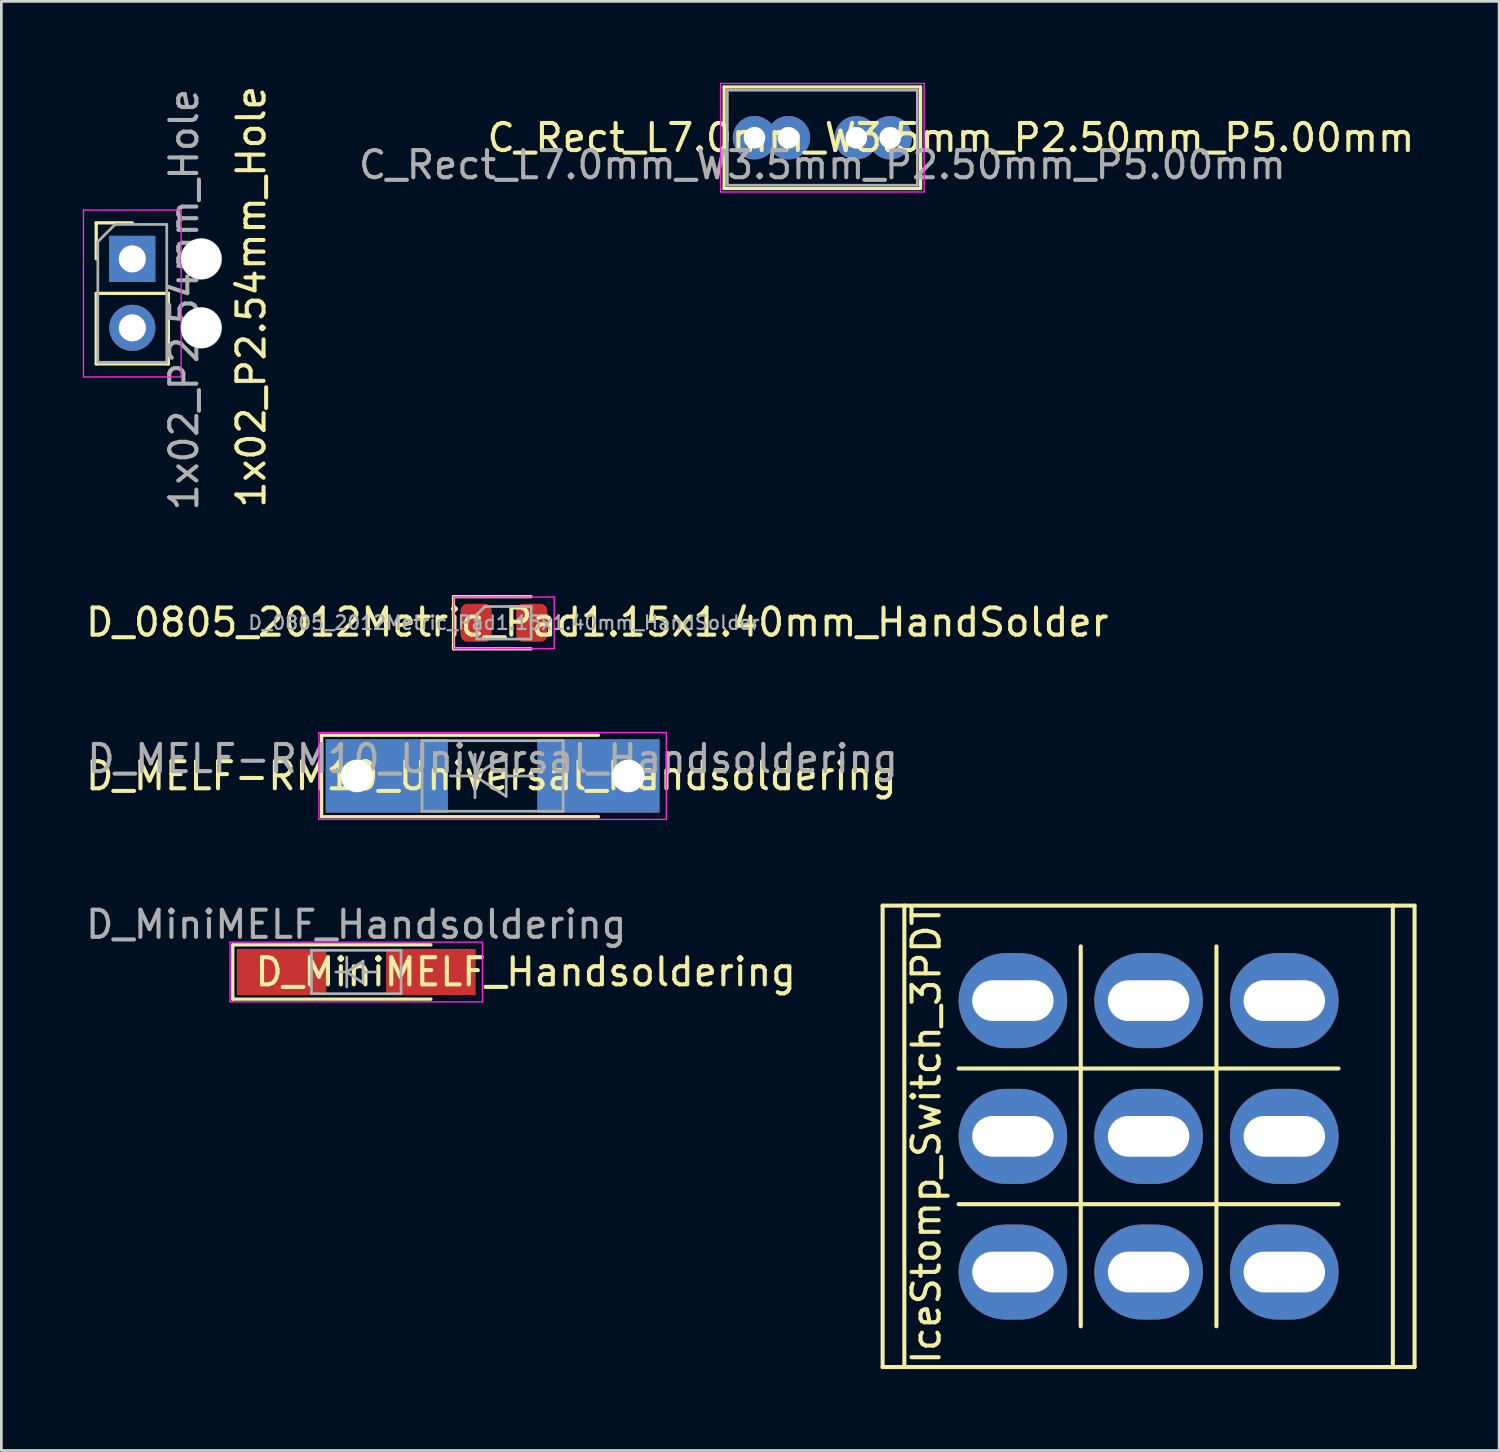
<source format=kicad_pcb>
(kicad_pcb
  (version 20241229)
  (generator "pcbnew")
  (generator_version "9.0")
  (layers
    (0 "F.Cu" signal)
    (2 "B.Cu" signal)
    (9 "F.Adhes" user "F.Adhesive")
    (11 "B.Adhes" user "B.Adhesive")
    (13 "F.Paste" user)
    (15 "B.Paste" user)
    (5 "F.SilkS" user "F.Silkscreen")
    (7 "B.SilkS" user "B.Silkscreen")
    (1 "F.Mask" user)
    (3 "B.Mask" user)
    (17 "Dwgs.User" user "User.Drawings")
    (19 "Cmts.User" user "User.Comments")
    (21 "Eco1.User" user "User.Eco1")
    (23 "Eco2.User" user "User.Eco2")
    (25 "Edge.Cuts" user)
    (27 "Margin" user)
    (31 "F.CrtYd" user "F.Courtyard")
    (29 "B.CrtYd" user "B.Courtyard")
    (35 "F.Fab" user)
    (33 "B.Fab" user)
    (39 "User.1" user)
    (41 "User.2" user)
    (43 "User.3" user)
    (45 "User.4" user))
  (footprint "D_MELF-RM10_Universal_Handsoldering"
    (layer "F.Cu")
    (at 15.101 25.542)
    (property "Reference" "D_MELF-RM10_Universal_Handsoldering" (at -0.047 0 0) (layer "F.SilkS") (effects (font (size 1 1) (thickness 0.15))))
    (attr through_hole)
    (fp_line (start -6.3 -1.5) (end -6.3 1.5) (stroke (width 0.12) (type solid)) (layer "F.SilkS"))
    (fp_line (start -6.3 1.5) (end 3.9 1.5) (stroke (width 0.12) (type solid)) (layer "F.SilkS"))
    (fp_line (start 3.9 -1.5) (end -6.3 -1.5) (stroke (width 0.12) (type solid)) (layer "F.SilkS"))
    (fp_line (start -6.4 -1.6) (end 6.4 -1.6) (stroke (width 0.05) (type solid)) (layer "F.CrtYd"))
    (fp_line (start -6.4 1.6) (end -6.4 -1.6) (stroke (width 0.05) (type solid)) (layer "F.CrtYd"))
    (fp_line (start 6.4 -1.6) (end 6.4 1.6) (stroke (width 0.05) (type solid)) (layer "F.CrtYd"))
    (fp_line (start 6.4 1.6) (end -6.4 1.6) (stroke (width 0.05) (type solid)) (layer "F.CrtYd"))
    (fp_line (start -2.6 -1.3) (end -2.6 1.3) (stroke (width 0.1) (type solid)) (layer "F.Fab"))
    (fp_line (start -2.6 1.3) (end 2.6 1.3) (stroke (width 0.1) (type solid)) (layer "F.Fab"))
    (fp_line (start -0.649 -0.799) (end -0.649 0.801) (stroke (width 0.1) (type solid)) (layer "F.Fab"))
    (fp_line (start -0.649 0.001) (end -1.551 0.001) (stroke (width 0.1) (type solid)) (layer "F.Fab"))
    (fp_line (start -0.649 0.001) (end 0.501 -0.799) (stroke (width 0.1) (type solid)) (layer "F.Fab"))
    (fp_line (start -0.649 0.001) (end 0.501 0.75) (stroke (width 0.1) (type solid)) (layer "F.Fab"))
    (fp_line (start 0.501 0.001) (end 1.499 0.001) (stroke (width 0.1) (type solid)) (layer "F.Fab"))
    (fp_line (start 0.501 0.75) (end 0.501 -0.799) (stroke (width 0.1) (type solid)) (layer "F.Fab"))
    (fp_line (start 2.6 -1.3) (end -2.6 -1.3) (stroke (width 0.1) (type solid)) (layer "F.Fab"))
    (fp_line (start 2.6 1.3) (end 2.6 -1.3) (stroke (width 0.1) (type solid)) (layer "F.Fab"))
    (fp_text user "${REFERENCE}" (at 0 -0.635 0) (layer "F.Fab") (effects (font (size 1 1) (thickness 0.15))))
    (pad "1" thru_hole rect (at -5 0) (size 4.5 2.7) (drill 1.199 (offset 1.1 0)) (layers "*.Cu" "*.Mask"))
    (pad "2" thru_hole rect (at 5 0 180) (size 4.5 2.7) (drill 1.199 (offset 1.1 0)) (layers "*.Cu" "*.Mask")))
  (footprint "D_MiniMELF_Handsoldering"
    (layer "F.Cu")
    (at 10.077 32.765)
    (property "Reference" "D_MiniMELF_Handsoldering" (at 6.242 0 180) (layer "F.SilkS") (effects (font (size 1 1) (thickness 0.15))))
    (attr smd)
    (fp_line (start -4.55 -1) (end -4.55 1) (stroke (width 0.12) (type solid)) (layer "F.SilkS"))
    (fp_line (start -4.55 1) (end 2.75 1) (stroke (width 0.12) (type solid)) (layer "F.SilkS"))
    (fp_line (start 2.75 -1) (end -4.55 -1) (stroke (width 0.12) (type solid)) (layer "F.SilkS"))
    (fp_line (start -4.65 -1.1) (end 4.65 -1.1) (stroke (width 0.05) (type solid)) (layer "F.CrtYd"))
    (fp_line (start -4.65 1.1) (end -4.65 -1.1) (stroke (width 0.05) (type solid)) (layer "F.CrtYd"))
    (fp_line (start 4.65 -1.1) (end 4.65 1.1) (stroke (width 0.05) (type solid)) (layer "F.CrtYd"))
    (fp_line (start 4.65 1.1) (end -4.65 1.1) (stroke (width 0.05) (type solid)) (layer "F.CrtYd"))
    (fp_line (start -1.65 -0.8) (end 1.65 -0.8) (stroke (width 0.1) (type solid)) (layer "F.Fab"))
    (fp_line (start -1.65 0.8) (end -1.65 -0.8) (stroke (width 0.1) (type solid)) (layer "F.Fab"))
    (fp_line (start -0.75 0) (end -0.35 0) (stroke (width 0.1) (type solid)) (layer "F.Fab"))
    (fp_line (start -0.35 0) (end -0.35 -0.55) (stroke (width 0.1) (type solid)) (layer "F.Fab"))
    (fp_line (start -0.35 0) (end -0.35 0.55) (stroke (width 0.1) (type solid)) (layer "F.Fab"))
    (fp_line (start -0.35 0) (end 0.25 -0.4) (stroke (width 0.1) (type solid)) (layer "F.Fab"))
    (fp_line (start 0.25 -0.4) (end 0.25 0.4) (stroke (width 0.1) (type solid)) (layer "F.Fab"))
    (fp_line (start 0.25 0) (end 0.75 0) (stroke (width 0.1) (type solid)) (layer "F.Fab"))
    (fp_line (start 0.25 0.4) (end -0.35 0) (stroke (width 0.1) (type solid)) (layer "F.Fab"))
    (fp_line (start 1.65 -0.8) (end 1.65 0.8) (stroke (width 0.1) (type solid)) (layer "F.Fab"))
    (fp_line (start 1.65 0.8) (end -1.65 0.8) (stroke (width 0.1) (type solid)) (layer "F.Fab"))
    (fp_text user "${REFERENCE}" (at 0 -1.75 180) (layer "F.Fab") (effects (font (size 1 1) (thickness 0.15))))
    (pad "1" smd rect (at -2.75 0) (size 3.3 1.7) (layers "F.Cu" "F.Mask" "F.Paste"))
    (pad "2" smd rect (at 2.75 0) (size 3.3 1.7) (layers "F.Cu" "F.Mask" "F.Paste")))
  (footprint "C_Rect_L7.0mm_W3.5mm_P2.50mm_P5.00mm"
    (layer "F.Cu")
    (at 24.751 2.025)
    (property "Reference" "C_Rect_L7.0mm_W3.5mm_P2.50mm_P5.00mm" (at 7.239 0 180) (layer "F.SilkS") (effects (font (size 1 1) (thickness 0.15))))
    (attr through_hole)
    (fp_line (start -1.12 -1.87) (end -1.12 1.87) (stroke (width 0.12) (type solid)) (layer "F.SilkS"))
    (fp_line (start -1.12 -1.87) (end 6.12 -1.87) (stroke (width 0.12) (type solid)) (layer "F.SilkS"))
    (fp_line (start -1.12 1.87) (end 6.12 1.87) (stroke (width 0.12) (type solid)) (layer "F.SilkS"))
    (fp_line (start 6.12 -1.87) (end 6.12 1.87) (stroke (width 0.12) (type solid)) (layer "F.SilkS"))
    (fp_line (start -1.25 -2) (end -1.25 2) (stroke (width 0.05) (type solid)) (layer "F.CrtYd"))
    (fp_line (start -1.25 2) (end 6.25 2) (stroke (width 0.05) (type solid)) (layer "F.CrtYd"))
    (fp_line (start 6.25 -2) (end -1.25 -2) (stroke (width 0.05) (type solid)) (layer "F.CrtYd"))
    (fp_line (start 6.25 2) (end 6.25 -2) (stroke (width 0.05) (type solid)) (layer "F.CrtYd"))
    (fp_line (start -1 -1.75) (end -1 1.75) (stroke (width 0.1) (type solid)) (layer "F.Fab"))
    (fp_line (start -1 1.75) (end 6 1.75) (stroke (width 0.1) (type solid)) (layer "F.Fab"))
    (fp_line (start 6 -1.75) (end -1 -1.75) (stroke (width 0.1) (type solid)) (layer "F.Fab"))
    (fp_line (start 6 1.75) (end 6 -1.75) (stroke (width 0.1) (type solid)) (layer "F.Fab"))
    (fp_text user "${REFERENCE}" (at 2.5 1 180) (layer "F.Fab") (effects (font (size 1 1) (thickness 0.15))))
    (pad "1" thru_hole circle (at 0 0) (size 1.6 1.6) (drill 0.8) (layers "*.Cu" "*.Mask"))
    (pad "1" thru_hole circle (at 1.25 0) (size 1.6 1.6) (drill 0.8) (layers "*.Cu" "*.Mask"))
    (pad "2" thru_hole circle (at 3.75 0) (size 1.6 1.6) (drill 0.8) (layers "*.Cu" "*.Mask"))
    (pad "2" thru_hole circle (at 5 0) (size 1.6 1.6) (drill 0.8) (layers "*.Cu" "*.Mask")))
  (footprint "1x02_P2.54mm_Hole"
    (layer "F.Cu")
    (at 1.825 6.49)
    (property "Reference" "1x02_P2.54mm_Hole" (at 4.381 1.397 90) (layer "F.SilkS") (effects (font (size 1 1) (thickness 0.15))))
    (attr through_hole)
    (fp_line (start -1.33 -1.33) (end 0 -1.33) (stroke (width 0.12) (type solid)) (layer "F.SilkS"))
    (fp_line (start -1.33 0) (end -1.33 -1.33) (stroke (width 0.12) (type solid)) (layer "F.SilkS"))
    (fp_line (start -1.33 1.27) (end -1.33 3.87) (stroke (width 0.12) (type solid)) (layer "F.SilkS"))
    (fp_line (start -1.33 1.27) (end 1.33 1.27) (stroke (width 0.12) (type solid)) (layer "F.SilkS"))
    (fp_line (start -1.33 3.87) (end 1.33 3.87) (stroke (width 0.12) (type solid)) (layer "F.SilkS"))
    (fp_line (start 1.33 1.27) (end 1.33 3.87) (stroke (width 0.12) (type solid)) (layer "F.SilkS"))
    (fp_line (start -1.8 -1.8) (end -1.8 4.35) (stroke (width 0.05) (type solid)) (layer "F.CrtYd"))
    (fp_line (start -1.8 4.35) (end 1.8 4.35) (stroke (width 0.05) (type solid)) (layer "F.CrtYd"))
    (fp_line (start 1.8 -1.8) (end -1.8 -1.8) (stroke (width 0.05) (type solid)) (layer "F.CrtYd"))
    (fp_line (start 1.8 4.35) (end 1.8 -1.8) (stroke (width 0.05) (type solid)) (layer "F.CrtYd"))
    (fp_line (start -1.27 -0.635) (end -0.635 -1.27) (stroke (width 0.1) (type solid)) (layer "F.Fab"))
    (fp_line (start -1.27 3.81) (end -1.27 -0.635) (stroke (width 0.1) (type solid)) (layer "F.Fab"))
    (fp_line (start -0.635 -1.27) (end 1.27 -1.27) (stroke (width 0.1) (type solid)) (layer "F.Fab"))
    (fp_line (start 1.27 -1.27) (end 1.27 3.81) (stroke (width 0.1) (type solid)) (layer "F.Fab"))
    (fp_line (start 1.27 3.81) (end -1.27 3.81) (stroke (width 0.1) (type solid)) (layer "F.Fab"))
    (fp_text user "${REFERENCE}" (at 1.905 1.5 90) (layer "F.Fab") (effects (font (size 1 1) (thickness 0.15))))
    (pad "" np_thru_hole circle (at 2.54 0) (size 1.524 1.524) (drill 1.5) (layers "*.Cu" "*.Mask"))
    (pad "" np_thru_hole circle (at 2.54 2.54) (size 1.524 1.524) (drill 1.5) (layers "*.Cu" "*.Mask"))
    (pad "1" thru_hole rect (at 0 0) (size 1.7 1.7) (drill 1) (layers "*.Cu" "*.Mask"))
    (pad "2" thru_hole oval (at 0 2.54) (size 1.7 1.7) (drill 1) (layers "*.Cu" "*.Mask")))
  (footprint "IceStomp_Switch_3PDT"
    (layer "F.Cu")
    (at 39.272 38.821)
    (property "Reference" "IceStomp_Switch_3PDT" (at -8.191 -0.076 270) (layer "F.SilkS") (effects (font (size 1 1) (thickness 0.15))))
    (attr through_hole)
    (fp_line (start -9.8 -8.5) (end -9 -8.5) (stroke (width 0.15) (type solid)) (layer "F.SilkS"))
    (fp_line (start -9.8 8.5) (end -9.8 -8.5) (stroke (width 0.15) (type solid)) (layer "F.SilkS"))
    (fp_line (start -9 -8.5) (end 9 -8.5) (stroke (width 0.15) (type solid)) (layer "F.SilkS"))
    (fp_line (start -9 8.5) (end -9.8 8.5) (stroke (width 0.15) (type solid)) (layer "F.SilkS"))
    (fp_line (start -9 8.5) (end -9 -8.5) (stroke (width 0.15) (type solid)) (layer "F.SilkS"))
    (fp_line (start -9 8.5) (end 9 8.5) (stroke (width 0.15) (type solid)) (layer "F.SilkS"))
    (fp_line (start -7 -2.5) (end 7 -2.5) (stroke (width 0.15) (type solid)) (layer "F.SilkS"))
    (fp_line (start -2.5 -7) (end -2.5 7) (stroke (width 0.15) (type solid)) (layer "F.SilkS"))
    (fp_line (start 2.5 7) (end 2.5 -7) (stroke (width 0.15) (type solid)) (layer "F.SilkS"))
    (fp_line (start 7 2.5) (end -7 2.5) (stroke (width 0.15) (type solid)) (layer "F.SilkS"))
    (fp_line (start 9 -8.5) (end 9 0) (stroke (width 0.15) (type solid)) (layer "F.SilkS"))
    (fp_line (start 9 8.5) (end 9 0) (stroke (width 0.15) (type solid)) (layer "F.SilkS"))
    (fp_line (start 9.8 -8.5) (end 9 -8.5) (stroke (width 0.15) (type solid)) (layer "F.SilkS"))
    (fp_line (start 9.8 8.5) (end 9 8.5) (stroke (width 0.15) (type solid)) (layer "F.SilkS"))
    (fp_line (start 9.8 8.5) (end 9.8 -8.5) (stroke (width 0.15) (type solid)) (layer "F.SilkS"))
    (pad "11" thru_hole oval (at -5 -5) (size 4 3.5) (drill oval 3 1.5) (layers "*.Cu" "*.Mask"))
    (pad "12" thru_hole oval (at 0 -5) (size 4 3.5) (drill oval 3 1.5) (layers "*.Cu" "*.Mask"))
    (pad "13" thru_hole oval (at 5 -5) (size 4 3.5) (drill oval 3 1.5) (layers "*.Cu" "*.Mask"))
    (pad "21" thru_hole oval (at -5 0) (size 4 3.5) (drill oval 3 1.5) (layers "*.Cu" "*.Mask"))
    (pad "22" thru_hole oval (at 0 0) (size 4 3.5) (drill oval 3 1.5) (layers "*.Cu" "*.Mask"))
    (pad "23" thru_hole oval (at 5 0) (size 4 3.5) (drill oval 3 1.5) (layers "*.Cu" "*.Mask"))
    (pad "31" thru_hole oval (at -5 5) (size 4 3.5) (drill oval 3 1.5) (layers "*.Cu" "*.Mask"))
    (pad "32" thru_hole oval (at 0 5) (size 4 3.5) (drill oval 3 1.5) (layers "*.Cu" "*.Mask"))
    (pad "33" thru_hole oval (at 5 5) (size 4 3.5) (drill oval 3 1.5) (layers "*.Cu" "*.Mask")))
  (footprint "D_0805_2012Metric_Pad1.15x1.40mm_HandSolder"
    (layer "F.Cu")
    (at 15.52 19.897)
    (property "Reference" "D_0805_2012Metric_Pad1.15x1.40mm_HandSolder" (at 3.438 -0.017 180) (layer "F.SilkS") (effects (font (size 1 1) (thickness 0.15))))
    (attr smd)
    (fp_line (start -1.86 -0.96) (end -1.86 0.96) (stroke (width 0.12) (type solid)) (layer "F.SilkS"))
    (fp_line (start -1.86 0.96) (end 1 0.96) (stroke (width 0.12) (type solid)) (layer "F.SilkS"))
    (fp_line (start 1 -0.96) (end -1.86 -0.96) (stroke (width 0.12) (type solid)) (layer "F.SilkS"))
    (fp_line (start -1.85 -0.95) (end 1.85 -0.95) (stroke (width 0.05) (type solid)) (layer "F.CrtYd"))
    (fp_line (start -1.85 0.95) (end -1.85 -0.95) (stroke (width 0.05) (type solid)) (layer "F.CrtYd"))
    (fp_line (start 1.85 -0.95) (end 1.85 0.95) (stroke (width 0.05) (type solid)) (layer "F.CrtYd"))
    (fp_line (start 1.85 0.95) (end -1.85 0.95) (stroke (width 0.05) (type solid)) (layer "F.CrtYd"))
    (fp_line (start -1 -0.3) (end -1 0.6) (stroke (width 0.1) (type solid)) (layer "F.Fab"))
    (fp_line (start -1 0.6) (end 1 0.6) (stroke (width 0.1) (type solid)) (layer "F.Fab"))
    (fp_line (start -0.7 -0.6) (end -1 -0.3) (stroke (width 0.1) (type solid)) (layer "F.Fab"))
    (fp_line (start 1 -0.6) (end -0.7 -0.6) (stroke (width 0.1) (type solid)) (layer "F.Fab"))
    (fp_line (start 1 0.6) (end 1 -0.6) (stroke (width 0.1) (type solid)) (layer "F.Fab"))
    (fp_text user "${REFERENCE}" (at 0 0 180) (layer "F.Fab") (effects (font (size 0.5 0.5) (thickness 0.08))))
    (pad "1" smd roundrect (at -1.025 0) (size 1.15 1.4) (layers "F.Cu" "F.Mask" "F.Paste") (roundrect_rratio 0.217))
    (pad "2" smd roundrect (at 1.025 0) (size 1.15 1.4) (layers "F.Cu" "F.Mask" "F.Paste") (roundrect_rratio 0.217)))
  (gr_rect
    (start -3 -3)
    (end 52.187 50.396)
    (stroke (width 0.1) (type default))
    (fill no)
    (layer "Edge.Cuts")))
</source>
